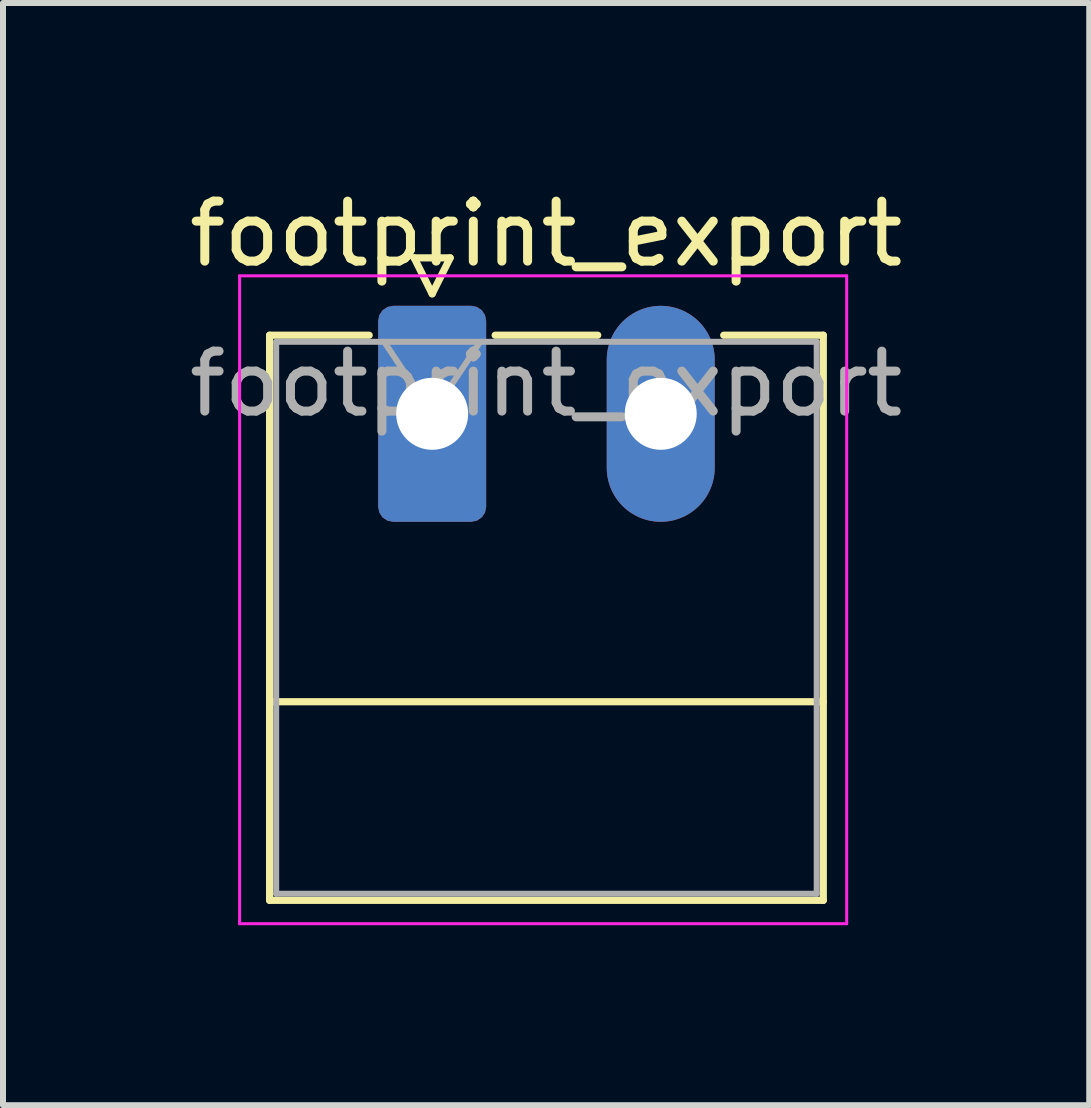
<source format=kicad_pcb>
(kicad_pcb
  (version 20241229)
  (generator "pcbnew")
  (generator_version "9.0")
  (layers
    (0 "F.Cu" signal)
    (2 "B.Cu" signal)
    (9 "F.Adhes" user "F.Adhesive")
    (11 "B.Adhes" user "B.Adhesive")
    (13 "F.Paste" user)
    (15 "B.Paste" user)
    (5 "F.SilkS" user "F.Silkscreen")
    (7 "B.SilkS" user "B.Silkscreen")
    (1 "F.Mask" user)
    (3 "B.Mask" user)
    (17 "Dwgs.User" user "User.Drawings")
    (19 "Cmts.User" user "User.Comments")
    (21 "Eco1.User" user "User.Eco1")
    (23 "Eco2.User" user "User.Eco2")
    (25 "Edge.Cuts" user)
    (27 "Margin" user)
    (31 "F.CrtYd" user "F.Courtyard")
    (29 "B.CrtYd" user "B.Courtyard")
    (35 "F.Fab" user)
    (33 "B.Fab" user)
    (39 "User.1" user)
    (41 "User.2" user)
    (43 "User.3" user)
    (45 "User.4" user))
  (footprint "footprint_export"
    (layer "F.Cu")
    (at 4.154 3.848)
    (property "Reference" "footprint_export" (at 1.9 -3 0) (layer "F.SilkS") (effects (font (size 1 1) (thickness 0.15))))
    (attr through_hole)
    (fp_line (start -2.71 -1.31) (end -2.71 8.11) (stroke (width 0.12) (type solid)) (layer "F.SilkS"))
    (fp_line (start -2.71 -1.31) (end -1.05 -1.31) (stroke (width 0.12) (type solid)) (layer "F.SilkS"))
    (fp_line (start -2.71 4.8) (end 6.52 4.8) (stroke (width 0.12) (type solid)) (layer "F.SilkS"))
    (fp_line (start -2.71 8.11) (end 6.52 8.11) (stroke (width 0.12) (type solid)) (layer "F.SilkS"))
    (fp_line (start -0.3 -2.6) (end 0.3 -2.6) (stroke (width 0.12) (type solid)) (layer "F.SilkS"))
    (fp_line (start 0 -2) (end -0.3 -2.6) (stroke (width 0.12) (type solid)) (layer "F.SilkS"))
    (fp_line (start 0.3 -2.6) (end 0 -2) (stroke (width 0.12) (type solid)) (layer "F.SilkS"))
    (fp_line (start 1.05 -1.31) (end 2.76 -1.31) (stroke (width 0.12) (type solid)) (layer "F.SilkS"))
    (fp_line (start 6.52 -1.31) (end 4.86 -1.31) (stroke (width 0.12) (type solid)) (layer "F.SilkS"))
    (fp_line (start 6.52 8.11) (end 6.52 -1.31) (stroke (width 0.12) (type solid)) (layer "F.SilkS"))
    (fp_line (start -3.21 -2.3) (end -3.21 8.5) (stroke (width 0.05) (type solid)) (layer "F.CrtYd"))
    (fp_line (start -3.21 8.5) (end 6.91 8.5) (stroke (width 0.05) (type solid)) (layer "F.CrtYd"))
    (fp_line (start 6.91 -2.3) (end -3.21 -2.3) (stroke (width 0.05) (type solid)) (layer "F.CrtYd"))
    (fp_line (start 6.91 8.5) (end 6.91 -2.3) (stroke (width 0.05) (type solid)) (layer "F.CrtYd"))
    (fp_line (start -2.6 -1.2) (end -2.6 8) (stroke (width 0.1) (type solid)) (layer "F.Fab"))
    (fp_line (start -2.6 8) (end 6.41 8) (stroke (width 0.1) (type solid)) (layer "F.Fab"))
    (fp_line (start 0 0) (end -0.8 -1.2) (stroke (width 0.1) (type solid)) (layer "F.Fab"))
    (fp_line (start 0.8 -1.2) (end 0 0) (stroke (width 0.1) (type solid)) (layer "F.Fab"))
    (fp_line (start 6.41 -1.2) (end -2.6 -1.2) (stroke (width 0.1) (type solid)) (layer "F.Fab"))
    (fp_line (start 6.41 8) (end 6.41 -1.2) (stroke (width 0.1) (type solid)) (layer "F.Fab"))
    (fp_text user "${REFERENCE}" (at 1.9 -0.5 0) (layer "F.Fab") (effects (font (size 1 1) (thickness 0.15))))
    (pad "1" thru_hole roundrect (at 0 0) (size 1.8 3.6) (drill 1.2) (layers "*.Cu" "*.Mask") (roundrect_rratio 0.139))
    (pad "2" thru_hole oval (at 3.81 0) (size 1.8 3.6) (drill 1.2) (layers "*.Cu" "*.Mask")))
  (gr_rect
    (start -3 -3)
    (end 15.107 15.373)
    (stroke (width 0.1) (type default))
    (fill no)
    (layer "Edge.Cuts")))
</source>
